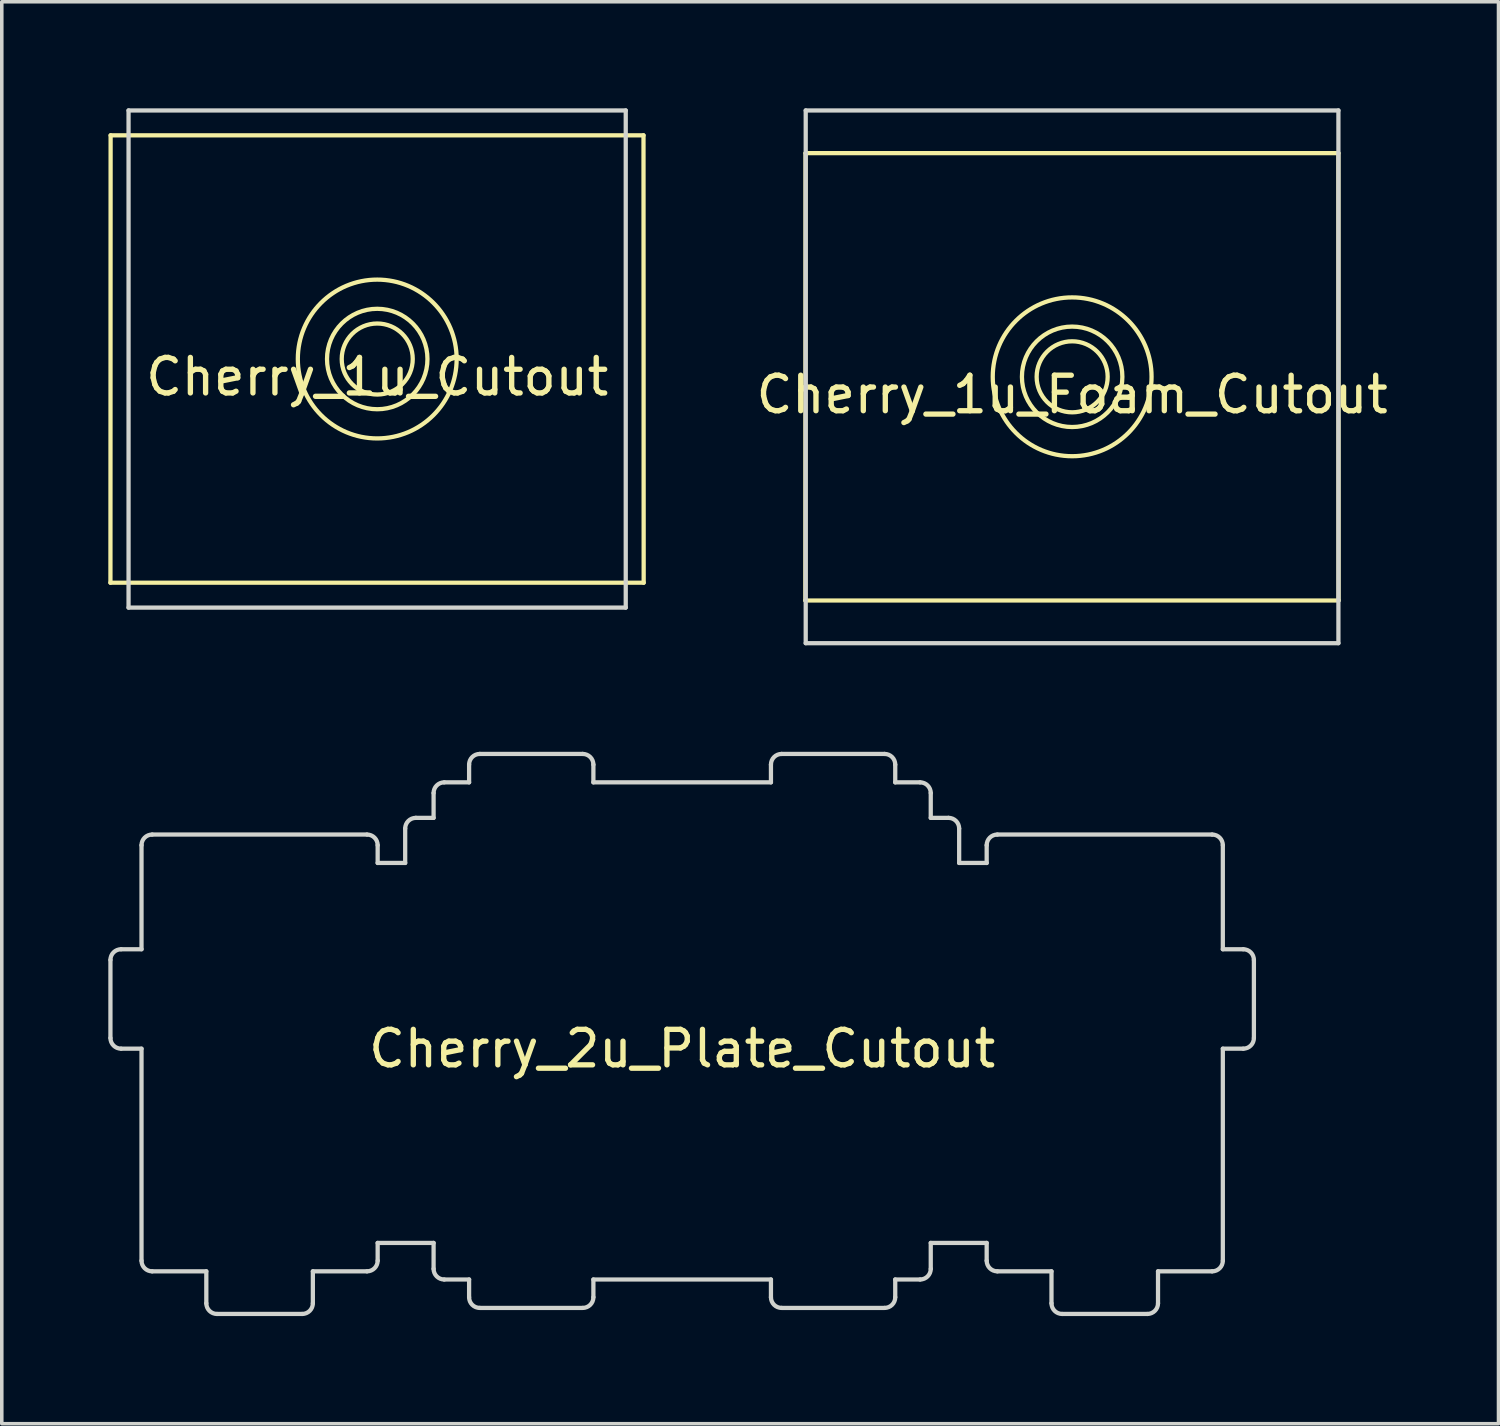
<source format=kicad_pcb>
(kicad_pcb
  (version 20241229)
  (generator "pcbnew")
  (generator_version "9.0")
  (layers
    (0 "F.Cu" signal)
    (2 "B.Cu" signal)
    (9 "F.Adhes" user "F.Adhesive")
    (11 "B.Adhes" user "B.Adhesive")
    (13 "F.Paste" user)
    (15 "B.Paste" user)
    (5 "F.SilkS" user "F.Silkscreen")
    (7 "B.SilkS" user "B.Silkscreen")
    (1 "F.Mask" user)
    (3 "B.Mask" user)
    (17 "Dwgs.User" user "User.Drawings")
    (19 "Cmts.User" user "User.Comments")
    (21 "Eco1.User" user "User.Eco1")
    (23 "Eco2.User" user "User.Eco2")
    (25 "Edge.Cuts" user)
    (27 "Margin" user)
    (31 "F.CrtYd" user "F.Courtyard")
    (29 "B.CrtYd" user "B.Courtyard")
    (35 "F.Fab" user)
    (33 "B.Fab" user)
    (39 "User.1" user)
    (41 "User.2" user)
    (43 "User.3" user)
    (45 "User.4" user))
  (footprint "Cherry_1u_Cutout"
    (layer "F.Cu")
    (at 7.573 7.06)
    (property "Reference" "Cherry_1u_Cutout" (at 0 0.5 0) (layer "F.SilkS") (effects (font (size 1 1) (thickness 0.15))))
    (attr through_hole)
    (fp_line (start -7.513 6.299) (end -7.508 -6.299) (stroke (width 0.12) (type solid)) (layer "F.SilkS"))
    (fp_line (start -7.508 -6.299) (end 7.498 -6.299) (stroke (width 0.12) (type solid)) (layer "F.SilkS"))
    (fp_line (start 7.498 -6.299) (end 7.503 6.299) (stroke (width 0.12) (type solid)) (layer "F.SilkS"))
    (fp_line (start 7.503 6.299) (end -7.513 6.299) (stroke (width 0.12) (type solid)) (layer "F.SilkS"))
    (fp_circle (center 0 0) (end -1 1) (stroke (width 0.12) (type solid)) (fill no) (layer "F.SilkS"))
    (fp_circle (center 0 0) (end -1 2) (stroke (width 0.12) (type solid)) (fill no) (layer "F.SilkS"))
    (fp_circle (center 0 0) (end 0 1) (stroke (width 0.12) (type solid)) (fill no) (layer "F.SilkS"))
    (fp_line (start -7.003 -7) (end -7.003 7) (stroke (width 0.12) (type solid)) (layer "Edge.Cuts"))
    (fp_line (start -7.003 -7) (end 6.998 -7) (stroke (width 0.12) (type solid)) (layer "Edge.Cuts"))
    (fp_line (start -7.003 7) (end 6.998 7) (stroke (width 0.12) (type solid)) (layer "Edge.Cuts"))
    (fp_line (start 6.998 -7) (end 6.998 7) (stroke (width 0.12) (type solid)) (layer "Edge.Cuts")))
  (footprint "Cherry_1u_Foam_Cutout"
    (layer "F.Cu")
    (at 27.142 7.561)
    (property "Reference" "Cherry_1u_Foam_Cutout" (at 0 0.5 0) (layer "F.SilkS") (effects (font (size 1 1) (thickness 0.15))))
    (attr through_hole)
    (fp_line (start -7.513 6.299) (end -7.508 -6.299) (stroke (width 0.12) (type solid)) (layer "F.SilkS"))
    (fp_line (start -7.508 -6.299) (end 7.498 -6.299) (stroke (width 0.12) (type solid)) (layer "F.SilkS"))
    (fp_line (start 7.498 -6.299) (end 7.503 6.299) (stroke (width 0.12) (type solid)) (layer "F.SilkS"))
    (fp_line (start 7.503 6.299) (end -7.513 6.299) (stroke (width 0.12) (type solid)) (layer "F.SilkS"))
    (fp_circle (center 0 0) (end -1 1) (stroke (width 0.12) (type solid)) (fill no) (layer "F.SilkS"))
    (fp_circle (center 0 0) (end -1 2) (stroke (width 0.12) (type solid)) (fill no) (layer "F.SilkS"))
    (fp_circle (center 0 0) (end 0 1) (stroke (width 0.12) (type solid)) (fill no) (layer "F.SilkS"))
    (fp_line (start -7.503 -7.501) (end -7.503 7.501) (stroke (width 0.12) (type solid)) (layer "Edge.Cuts"))
    (fp_line (start -7.503 -7.501) (end 7.498 -7.501) (stroke (width 0.12) (type solid)) (layer "Edge.Cuts"))
    (fp_line (start -7.503 7.501) (end 7.498 7.501) (stroke (width 0.12) (type solid)) (layer "Edge.Cuts"))
    (fp_line (start 7.498 -7.501) (end 7.498 7.501) (stroke (width 0.12) (type solid)) (layer "Edge.Cuts")))
  (footprint "Cherry_2u_Plate_Cutout"
    (layer "F.Cu")
    (at 16.16 25.981)
    (property "Reference" "Cherry_2u_Plate_Cutout" (at 0 0.5 0) (layer "F.SilkS") (effects (font (size 1 1) (thickness 0.15))))
    (attr through_hole)
    (fp_line (start -11.9 -5.6) (end -11.9 8) (stroke (width 0.12) (type solid)) (layer "Eco1.User"))
    (fp_line (start 11.9 -5.6) (end 11.9 8) (stroke (width 0.12) (type solid)) (layer "Eco1.User"))
    (fp_line (start -16.1 -2) (end -16.1 0.2) (stroke (width 0.12) (type solid)) (layer "Edge.Cuts"))
    (fp_line (start -15.8 -2.3) (end -15.225 -2.3) (stroke (width 0.12) (type solid)) (layer "Edge.Cuts"))
    (fp_line (start -15.8 0.5) (end -15.225 0.5) (stroke (width 0.12) (type solid)) (layer "Edge.Cuts"))
    (fp_line (start -15.225 -5.23) (end -15.225 -2.3) (stroke (width 0.12) (type solid)) (layer "Edge.Cuts"))
    (fp_line (start -15.225 0.5) (end -15.225 6.47) (stroke (width 0.12) (type solid)) (layer "Edge.Cuts"))
    (fp_line (start -14.925 -5.53) (end -8.875 -5.53) (stroke (width 0.12) (type solid)) (layer "Edge.Cuts"))
    (fp_line (start -13.4 6.77) (end -14.925 6.77) (stroke (width 0.12) (type solid)) (layer "Edge.Cuts"))
    (fp_line (start -13.4 7.67) (end -13.4 6.77) (stroke (width 0.12) (type solid)) (layer "Edge.Cuts"))
    (fp_line (start -13.1 7.97) (end -10.7 7.97) (stroke (width 0.12) (type solid)) (layer "Edge.Cuts"))
    (fp_line (start -10.4 6.77) (end -10.4 7.67) (stroke (width 0.12) (type solid)) (layer "Edge.Cuts"))
    (fp_line (start -10.4 6.77) (end -8.875 6.77) (stroke (width 0.12) (type solid)) (layer "Edge.Cuts"))
    (fp_line (start -8.575 -4.73) (end -8.575 -5.23) (stroke (width 0.12) (type solid)) (layer "Edge.Cuts"))
    (fp_line (start -8.575 -4.73) (end -7.8 -4.73) (stroke (width 0.12) (type solid)) (layer "Edge.Cuts"))
    (fp_line (start -8.575 5.97) (end -7 5.97) (stroke (width 0.12) (type solid)) (layer "Edge.Cuts"))
    (fp_line (start -8.575 6.47) (end -8.575 5.97) (stroke (width 0.12) (type solid)) (layer "Edge.Cuts"))
    (fp_line (start -7.8 -4.73) (end -7.8 -5.7) (stroke (width 0.12) (type solid)) (layer "Edge.Cuts"))
    (fp_line (start -7.5 -6) (end -7 -6) (stroke (width 0.12) (type solid)) (layer "Edge.Cuts"))
    (fp_line (start -7 -6) (end -7 -6.7) (stroke (width 0.12) (type solid)) (layer "Edge.Cuts"))
    (fp_line (start -7 5.97) (end -7 6.7) (stroke (width 0.12) (type solid)) (layer "Edge.Cuts"))
    (fp_line (start -6 -7.5) (end -6 -7) (stroke (width 0.12) (type solid)) (layer "Edge.Cuts"))
    (fp_line (start -6 -7) (end -6.7 -7) (stroke (width 0.12) (type solid)) (layer "Edge.Cuts"))
    (fp_line (start -6 7) (end -6.7 7) (stroke (width 0.12) (type solid)) (layer "Edge.Cuts"))
    (fp_line (start -6 7.5) (end -6 7) (stroke (width 0.12) (type solid)) (layer "Edge.Cuts"))
    (fp_line (start -2.8 -7.8) (end -5.7 -7.8) (stroke (width 0.12) (type solid)) (layer "Edge.Cuts"))
    (fp_line (start -2.8 7.8) (end -5.7 7.8) (stroke (width 0.12) (type solid)) (layer "Edge.Cuts"))
    (fp_line (start -2.5 -7.5) (end -2.5 -7) (stroke (width 0.12) (type solid)) (layer "Edge.Cuts"))
    (fp_line (start -2.5 -7) (end 2.5 -7) (stroke (width 0.12) (type solid)) (layer "Edge.Cuts"))
    (fp_line (start -2.5 7.5) (end -2.5 7) (stroke (width 0.12) (type solid)) (layer "Edge.Cuts"))
    (fp_line (start 2.5 -7.5) (end 2.5 -7) (stroke (width 0.12) (type solid)) (layer "Edge.Cuts"))
    (fp_line (start 2.5 7) (end -2.5 7) (stroke (width 0.12) (type solid)) (layer "Edge.Cuts"))
    (fp_line (start 2.5 7.5) (end 2.5 7) (stroke (width 0.12) (type solid)) (layer "Edge.Cuts"))
    (fp_line (start 2.8 -7.8) (end 5.7 -7.8) (stroke (width 0.12) (type solid)) (layer "Edge.Cuts"))
    (fp_line (start 2.8 7.8) (end 5.7 7.8) (stroke (width 0.12) (type solid)) (layer "Edge.Cuts"))
    (fp_line (start 6 -7.5) (end 6 -7) (stroke (width 0.12) (type solid)) (layer "Edge.Cuts"))
    (fp_line (start 6 -7) (end 6.7 -7) (stroke (width 0.12) (type solid)) (layer "Edge.Cuts"))
    (fp_line (start 6 7) (end 6.7 7) (stroke (width 0.12) (type solid)) (layer "Edge.Cuts"))
    (fp_line (start 6 7.5) (end 6 7) (stroke (width 0.12) (type solid)) (layer "Edge.Cuts"))
    (fp_line (start 7 -6) (end 7 -6.7) (stroke (width 0.12) (type solid)) (layer "Edge.Cuts"))
    (fp_line (start 7 5.97) (end 7 6.7) (stroke (width 0.12) (type solid)) (layer "Edge.Cuts"))
    (fp_line (start 7.5 -6) (end 7 -6) (stroke (width 0.12) (type solid)) (layer "Edge.Cuts"))
    (fp_line (start 7.8 -4.73) (end 7.8 -5.7) (stroke (width 0.12) (type solid)) (layer "Edge.Cuts"))
    (fp_line (start 8.575 -4.73) (end 7.8 -4.73) (stroke (width 0.12) (type solid)) (layer "Edge.Cuts"))
    (fp_line (start 8.575 -4.73) (end 8.575 -5.23) (stroke (width 0.12) (type solid)) (layer "Edge.Cuts"))
    (fp_line (start 8.575 5.97) (end 7 5.97) (stroke (width 0.12) (type solid)) (layer "Edge.Cuts"))
    (fp_line (start 8.575 6.47) (end 8.575 5.97) (stroke (width 0.12) (type solid)) (layer "Edge.Cuts"))
    (fp_line (start 10.4 6.77) (end 8.875 6.77) (stroke (width 0.12) (type solid)) (layer "Edge.Cuts"))
    (fp_line (start 10.4 6.77) (end 10.4 7.67) (stroke (width 0.12) (type solid)) (layer "Edge.Cuts"))
    (fp_line (start 13.1 7.97) (end 10.7 7.97) (stroke (width 0.12) (type solid)) (layer "Edge.Cuts"))
    (fp_line (start 13.4 6.77) (end 14.925 6.77) (stroke (width 0.12) (type solid)) (layer "Edge.Cuts"))
    (fp_line (start 13.4 7.67) (end 13.4 6.77) (stroke (width 0.12) (type solid)) (layer "Edge.Cuts"))
    (fp_line (start 14.925 -5.53) (end 8.875 -5.53) (stroke (width 0.12) (type solid)) (layer "Edge.Cuts"))
    (fp_line (start 15.225 -5.23) (end 15.225 -2.3) (stroke (width 0.12) (type solid)) (layer "Edge.Cuts"))
    (fp_line (start 15.225 0.5) (end 15.225 6.47) (stroke (width 0.12) (type solid)) (layer "Edge.Cuts"))
    (fp_line (start 15.8 -2.3) (end 15.225 -2.3) (stroke (width 0.12) (type solid)) (layer "Edge.Cuts"))
    (fp_line (start 15.8 0.5) (end 15.225 0.5) (stroke (width 0.12) (type solid)) (layer "Edge.Cuts"))
    (fp_line (start 16.1 -2) (end 16.1 0.2) (stroke (width 0.12) (type solid)) (layer "Edge.Cuts"))
    (fp_arc (start -16.1 -2) (mid -16.012132 -2.212132) (end -15.8 -2.3) (stroke (width 0.12) (type solid)) (layer "Edge.Cuts"))
    (fp_arc (start -15.8 0.5) (mid -16.012132 0.412132) (end -16.1 0.2) (stroke (width 0.12) (type solid)) (layer "Edge.Cuts"))
    (fp_arc (start -15.225 -5.23) (mid -15.137132 -5.442132) (end -14.925 -5.53) (stroke (width 0.12) (type solid)) (layer "Edge.Cuts"))
    (fp_arc (start -14.925 6.77) (mid -15.137132 6.682132) (end -15.225 6.47) (stroke (width 0.12) (type solid)) (layer "Edge.Cuts"))
    (fp_arc (start -13.1 7.97) (mid -13.312132 7.882132) (end -13.4 7.67) (stroke (width 0.12) (type solid)) (layer "Edge.Cuts"))
    (fp_arc (start -10.4 7.67) (mid -10.487868 7.882132) (end -10.7 7.97) (stroke (width 0.12) (type solid)) (layer "Edge.Cuts"))
    (fp_arc (start -8.875 -5.53) (mid -8.662868 -5.442132) (end -8.575 -5.23) (stroke (width 0.12) (type solid)) (layer "Edge.Cuts"))
    (fp_arc (start -8.575 6.47) (mid -8.662868 6.682132) (end -8.875 6.77) (stroke (width 0.12) (type solid)) (layer "Edge.Cuts"))
    (fp_arc (start -7.8 -5.7) (mid -7.712132 -5.912132) (end -7.5 -6) (stroke (width 0.12) (type solid)) (layer "Edge.Cuts"))
    (fp_arc (start -7 -6.7) (mid -6.912132 -6.912132) (end -6.7 -7) (stroke (width 0.12) (type solid)) (layer "Edge.Cuts"))
    (fp_arc (start -6.7 7) (mid -6.912132 6.912132) (end -7 6.7) (stroke (width 0.12) (type solid)) (layer "Edge.Cuts"))
    (fp_arc (start -6 -7.5) (mid -5.912132 -7.712132) (end -5.7 -7.8) (stroke (width 0.12) (type solid)) (layer "Edge.Cuts"))
    (fp_arc (start -5.7 7.8) (mid -5.912132 7.712132) (end -6 7.5) (stroke (width 0.12) (type solid)) (layer "Edge.Cuts"))
    (fp_arc (start -2.8 -7.8) (mid -2.587868 -7.712132) (end -2.5 -7.5) (stroke (width 0.12) (type solid)) (layer "Edge.Cuts"))
    (fp_arc (start -2.5 7.5) (mid -2.587868 7.712132) (end -2.8 7.8) (stroke (width 0.12) (type solid)) (layer "Edge.Cuts"))
    (fp_arc (start 2.5 -7.5) (mid 2.587868 -7.712132) (end 2.8 -7.8) (stroke (width 0.12) (type solid)) (layer "Edge.Cuts"))
    (fp_arc (start 2.8 7.8) (mid 2.587868 7.712132) (end 2.5 7.5) (stroke (width 0.12) (type solid)) (layer "Edge.Cuts"))
    (fp_arc (start 5.7 -7.8) (mid 5.912132 -7.712132) (end 6 -7.5) (stroke (width 0.12) (type solid)) (layer "Edge.Cuts"))
    (fp_arc (start 6 7.5) (mid 5.912132 7.712132) (end 5.7 7.8) (stroke (width 0.12) (type solid)) (layer "Edge.Cuts"))
    (fp_arc (start 6.7 -7) (mid 6.912132 -6.912132) (end 7 -6.7) (stroke (width 0.12) (type solid)) (layer "Edge.Cuts"))
    (fp_arc (start 7 6.7) (mid 6.912132 6.912132) (end 6.7 7) (stroke (width 0.12) (type solid)) (layer "Edge.Cuts"))
    (fp_arc (start 7.5 -6) (mid 7.712132 -5.912132) (end 7.8 -5.7) (stroke (width 0.12) (type solid)) (layer "Edge.Cuts"))
    (fp_arc (start 8.575 -5.23) (mid 8.662868 -5.442132) (end 8.875 -5.53) (stroke (width 0.12) (type solid)) (layer "Edge.Cuts"))
    (fp_arc (start 8.875 6.77) (mid 8.662868 6.682132) (end 8.575 6.47) (stroke (width 0.12) (type solid)) (layer "Edge.Cuts"))
    (fp_arc (start 10.7 7.97) (mid 10.487868 7.882132) (end 10.4 7.67) (stroke (width 0.12) (type solid)) (layer "Edge.Cuts"))
    (fp_arc (start 13.4 7.67) (mid 13.312132 7.882132) (end 13.1 7.97) (stroke (width 0.12) (type solid)) (layer "Edge.Cuts"))
    (fp_arc (start 14.925 -5.53) (mid 15.137132 -5.442132) (end 15.225 -5.23) (stroke (width 0.12) (type solid)) (layer "Edge.Cuts"))
    (fp_arc (start 15.225 6.47) (mid 15.137132 6.682132) (end 14.925 6.77) (stroke (width 0.12) (type solid)) (layer "Edge.Cuts"))
    (fp_arc (start 15.8 -2.3) (mid 16.012132 -2.212132) (end 16.1 -2) (stroke (width 0.12) (type solid)) (layer "Edge.Cuts"))
    (fp_arc (start 16.1 0.2) (mid 16.012132 0.412132) (end 15.8 0.5) (stroke (width 0.12) (type solid)) (layer "Edge.Cuts")))
  (gr_rect
    (start -3 -3)
    (end 39.148 37.041)
    (stroke (width 0.1) (type default))
    (fill no)
    (layer "Edge.Cuts")))
</source>
